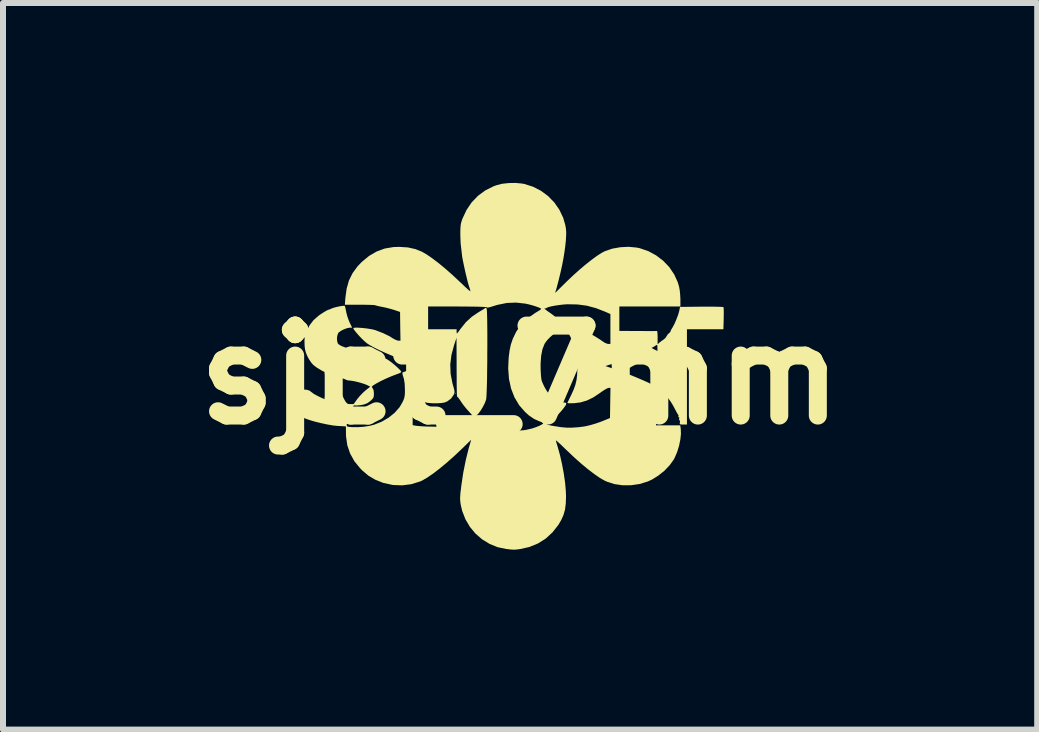
<source format=kicad_pcb>
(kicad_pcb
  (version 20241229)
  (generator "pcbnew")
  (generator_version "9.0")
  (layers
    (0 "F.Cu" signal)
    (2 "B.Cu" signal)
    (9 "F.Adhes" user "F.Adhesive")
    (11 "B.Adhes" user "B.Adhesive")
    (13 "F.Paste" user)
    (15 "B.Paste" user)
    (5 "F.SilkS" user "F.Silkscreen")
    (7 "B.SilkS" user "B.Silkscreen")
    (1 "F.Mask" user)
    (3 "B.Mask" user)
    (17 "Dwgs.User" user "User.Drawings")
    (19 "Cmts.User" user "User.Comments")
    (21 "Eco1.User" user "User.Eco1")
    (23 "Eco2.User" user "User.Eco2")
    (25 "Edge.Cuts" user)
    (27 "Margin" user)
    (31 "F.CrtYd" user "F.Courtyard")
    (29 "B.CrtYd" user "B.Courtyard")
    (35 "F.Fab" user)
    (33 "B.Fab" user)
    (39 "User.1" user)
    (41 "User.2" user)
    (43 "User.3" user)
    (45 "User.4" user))
  (footprint "sjct_7mm"
    (layer "F.Cu")
    (at 5.621 3.2)
    (property "Reference" "sjct_7mm" (at 0 0 0) (layer "F.SilkS") (effects (font (size 1.5 1.5) (thickness 0.3))))
    (attr board_only exclude_from_pos_files exclude_from_bom)
    (fp_poly (pts (xy -1.072 0.305) (xy -1.079 0.312) (xy -1.085 0.305) (xy -1.079 0.299)) (stroke (width 0) (type solid)) (fill yes) (layer "F.SilkS"))
    (fp_poly (pts (xy 0.032 -3.19) (xy 0.074 -3.182) (xy 0.216 -3.137) (xy 0.348 -3.069) (xy 0.467 -2.981) (xy 0.571 -2.874) (xy 0.655 -2.753) (xy 0.719 -2.619) (xy 0.754 -2.497) (xy 0.764 -2.441) (xy 0.769 -2.382) (xy 0.768 -2.317) (xy 0.763 -2.238) (xy 0.753 -2.143) (xy 0.738 -2.035) (xy 0.722 -1.937) (xy 0.7 -1.823) (xy 0.673 -1.702) (xy 0.645 -1.585) (xy 0.617 -1.48) (xy 0.612 -1.459) (xy 0.584 -1.365) (xy 0.77 -1.549) (xy 0.878 -1.652) (xy 0.986 -1.749) (xy 1.091 -1.838) (xy 1.191 -1.917) (xy 1.281 -1.983) (xy 1.358 -2.033) (xy 1.414 -2.062) (xy 1.536 -2.104) (xy 1.67 -2.128) (xy 1.807 -2.135) (xy 1.939 -2.123) (xy 1.995 -2.112) (xy 2.138 -2.063) (xy 2.269 -1.992) (xy 2.387 -1.902) (xy 2.488 -1.796) (xy 2.569 -1.676) (xy 2.629 -1.545) (xy 2.652 -1.465) (xy 2.662 -1.408) (xy 2.669 -1.337) (xy 2.673 -1.267) (xy 2.673 -1.258) (xy 2.673 -1.14) (xy 2.164 -1.14) (xy 1.655 -1.14) (xy 1.655 -0.936) (xy 1.655 -0.733) (xy 1.964 -0.731) (xy 2.053 -0.731) (xy 2.133 -0.73) (xy 2.2 -0.73) (xy 2.249 -0.731) (xy 2.278 -0.731) (xy 2.283 -0.731) (xy 2.288 -0.719) (xy 2.291 -0.687) (xy 2.293 -0.639) (xy 2.293 -0.622) (xy 2.293 -0.511) (xy 2.324 -0.538) (xy 2.359 -0.566) (xy 2.392 -0.588) (xy 2.423 -0.615) (xy 2.442 -0.644) (xy 2.463 -0.676) (xy 2.485 -0.697) (xy 2.504 -0.713) (xy 2.507 -0.719) (xy 2.508 -0.729) (xy 2.521 -0.756) (xy 2.537 -0.782) (xy 2.572 -0.846) (xy 2.606 -0.924) (xy 2.636 -1.004) (xy 2.656 -1.075) (xy 2.656 -1.079) (xy 2.667 -1.133) (xy 3.025 -1.137) (xy 3.121 -1.137) (xy 3.208 -1.137) (xy 3.282 -1.136) (xy 3.34 -1.134) (xy 3.378 -1.132) (xy 3.391 -1.13) (xy 3.394 -1.113) (xy 3.396 -1.075) (xy 3.396 -1.02) (xy 3.395 -0.954) (xy 3.395 -0.94) (xy 3.39 -0.76) (xy 3.086 -0.76) (xy 2.782 -0.76) (xy 2.782 0.034) (xy 2.782 0.828) (xy 2.719 0.828) (xy 2.681 0.827) (xy 2.664 0.821) (xy 2.662 0.807) (xy 2.665 0.794) (xy 2.667 0.767) (xy 2.659 0.76) (xy 2.65 0.749) (xy 2.653 0.733) (xy 2.654 0.711) (xy 2.646 0.706) (xy 2.637 0.697) (xy 2.64 0.69) (xy 2.641 0.671) (xy 2.637 0.667) (xy 2.626 0.651) (xy 2.607 0.618) (xy 2.583 0.572) (xy 2.574 0.554) (xy 2.542 0.496) (xy 2.506 0.439) (xy 2.473 0.394) (xy 2.469 0.389) (xy 2.442 0.356) (xy 2.427 0.329) (xy 2.426 0.317) (xy 2.428 0.312) (xy 2.423 0.315) (xy 2.407 0.312) (xy 2.379 0.295) (xy 2.355 0.275) (xy 2.3 0.224) (xy 2.296 0.329) (xy 2.292 0.379) (xy 2.287 0.416) (xy 2.28 0.433) (xy 2.279 0.434) (xy 2.274 0.447) (xy 2.27 0.484) (xy 2.267 0.541) (xy 2.266 0.614) (xy 2.266 0.638) (xy 2.266 0.841) (xy 2.468 0.841) (xy 2.67 0.841) (xy 2.679 0.902) (xy 2.682 0.983) (xy 2.672 1.078) (xy 2.651 1.181) (xy 2.62 1.283) (xy 2.581 1.375) (xy 2.56 1.415) (xy 2.493 1.508) (xy 2.406 1.599) (xy 2.306 1.679) (xy 2.2 1.745) (xy 2.131 1.777) (xy 1.995 1.819) (xy 1.853 1.84) (xy 1.711 1.841) (xy 1.574 1.821) (xy 1.449 1.781) (xy 1.409 1.763) (xy 1.33 1.718) (xy 1.238 1.654) (xy 1.134 1.575) (xy 1.023 1.483) (xy 0.908 1.381) (xy 0.793 1.272) (xy 0.777 1.257) (xy 0.72 1.202) (xy 0.671 1.155) (xy 0.632 1.12) (xy 0.607 1.098) (xy 0.597 1.093) (xy 0.597 1.093) (xy 0.601 1.112) (xy 0.611 1.148) (xy 0.625 1.193) (xy 0.665 1.336) (xy 0.7 1.49) (xy 0.729 1.648) (xy 0.751 1.801) (xy 0.763 1.943) (xy 0.766 2.028) (xy 0.762 2.147) (xy 0.749 2.247) (xy 0.724 2.336) (xy 0.685 2.422) (xy 0.638 2.502) (xy 0.54 2.626) (xy 0.427 2.73) (xy 0.298 2.811) (xy 0.157 2.869) (xy 0.008 2.903) (xy -0.044 2.91) (xy -0.082 2.914) (xy -0.115 2.914) (xy -0.152 2.912) (xy -0.202 2.906) (xy -0.231 2.903) (xy -0.374 2.873) (xy -0.509 2.818) (xy -0.633 2.742) (xy -0.743 2.647) (xy -0.836 2.535) (xy -0.911 2.408) (xy -0.965 2.269) (xy -0.986 2.181) (xy -0.994 2.136) (xy -0.998 2.099) (xy -1 2.061) (xy -0.998 2.019) (xy -0.994 1.965) (xy -0.985 1.894) (xy -0.978 1.836) (xy -0.947 1.629) (xy -0.905 1.42) (xy -0.856 1.222) (xy -0.842 1.175) (xy -0.815 1.082) (xy -0.967 1.23) (xy -1.096 1.352) (xy -1.22 1.462) (xy -1.338 1.56) (xy -1.446 1.643) (xy -1.544 1.71) (xy -1.627 1.759) (xy -1.669 1.778) (xy -1.815 1.823) (xy -1.967 1.842) (xy -2.121 1.836) (xy -2.273 1.803) (xy -2.286 1.799) (xy -2.414 1.748) (xy -2.528 1.681) (xy -2.633 1.592) (xy -2.666 1.558) (xy -2.763 1.439) (xy -2.834 1.311) (xy -2.881 1.172) (xy -2.902 1.023) (xy -2.903 0.969) (xy -2.904 0.859) (xy -3.044 0.851) (xy -3.123 0.843) (xy -3.218 0.826) (xy -3.321 0.804) (xy -3.423 0.779) (xy -3.516 0.751) (xy -3.572 0.731) (xy -3.609 0.716) (xy -3.609 0.481) (xy -3.609 0.246) (xy -3.565 0.247) (xy -3.514 0.261) (xy -3.48 0.286) (xy -3.439 0.317) (xy -3.377 0.351) (xy -3.302 0.387) (xy -3.218 0.421) (xy -3.134 0.45) (xy -3.115 0.456) (xy -3.015 0.479) (xy -2.914 0.487) (xy -2.89 0.487) (xy -2.775 0.487) (xy -2.714 0.403) (xy -2.67 0.35) (xy -2.618 0.296) (xy -2.575 0.258) (xy -2.498 0.197) (xy -2.546 0.172) (xy -2.59 0.154) (xy -2.649 0.135) (xy -2.715 0.117) (xy -2.778 0.103) (xy -2.828 0.096) (xy -2.842 0.095) (xy -2.876 0.091) (xy -2.898 0.083) (xy -2.915 0.075) (xy -2.953 0.061) (xy -3.006 0.044) (xy -3.06 0.028) (xy -3.182 -0.014) (xy -3.295 -0.065) (xy -3.392 -0.123) (xy -3.449 -0.167) (xy -3.482 -0.205) (xy -3.517 -0.257) (xy -3.544 -0.306) (xy -3.569 -0.365) (xy -3.584 -0.418) (xy -3.592 -0.477) (xy -3.593 -0.512) (xy -3.595 -0.575) (xy -3.59 -0.624) (xy -3.579 -0.671) (xy -3.562 -0.719) (xy -3.511 -0.824) (xy -3.444 -0.912) (xy -3.356 -0.989) (xy -3.314 -1.018) (xy -3.267 -1.048) (xy -3.227 -1.071) (xy -3.202 -1.084) (xy -3.196 -1.086) (xy -3.175 -1.091) (xy -3.144 -1.106) (xy -3.143 -1.106) (xy -3.114 -1.117) (xy -3.071 -1.129) (xy -3.023 -1.14) (xy -2.977 -1.148) (xy -2.941 -1.152) (xy -2.923 -1.15) (xy -2.923 -1.15) (xy -2.917 -1.134) (xy -2.909 -1.099) (xy -2.899 -1.052) (xy -2.898 -1.045) (xy -2.882 -0.981) (xy -2.859 -0.914) (xy -2.839 -0.867) (xy -2.8 -0.787) (xy -2.839 -0.787) (xy -2.883 -0.779) (xy -2.936 -0.76) (xy -2.987 -0.734) (xy -3.024 -0.707) (xy -3.029 -0.701) (xy -3.045 -0.665) (xy -3.053 -0.618) (xy -3.051 -0.569) (xy -3.04 -0.528) (xy -3.029 -0.512) (xy -2.983 -0.483) (xy -2.909 -0.455) (xy -2.81 -0.427) (xy -2.775 -0.419) (xy -2.678 -0.397) (xy -2.579 -0.372) (xy -2.483 -0.347) (xy -2.394 -0.321) (xy -2.317 -0.297) (xy -2.258 -0.277) (xy -2.224 -0.263) (xy -2.189 -0.241) (xy -2.146 -0.21) (xy -2.099 -0.172) (xy -2.054 -0.132) (xy -2.016 -0.096) (xy -1.99 -0.067) (xy -1.981 -0.05) (xy -1.993 -0.037) (xy -2.024 -0.022) (xy -2.058 -0.01) (xy -2.135 0.019) (xy -2.224 0.057) (xy -2.314 0.099) (xy -2.394 0.142) (xy -2.411 0.152) (xy -2.45 0.177) (xy -2.469 0.192) (xy -2.471 0.205) (xy -2.461 0.219) (xy -2.459 0.221) (xy -2.442 0.256) (xy -2.437 0.311) (xy -2.437 0.316) (xy -2.439 0.357) (xy -2.448 0.385) (xy -2.47 0.411) (xy -2.497 0.436) (xy -2.541 0.469) (xy -2.588 0.489) (xy -2.642 0.502) (xy -2.691 0.508) (xy -2.732 0.511) (xy -2.754 0.509) (xy -2.77 0.51) (xy -2.787 0.527) (xy -2.808 0.564) (xy -2.814 0.578) (xy -2.84 0.64) (xy -2.863 0.707) (xy -2.88 0.771) (xy -2.889 0.822) (xy -2.89 0.836) (xy -2.888 0.852) (xy -2.877 0.862) (xy -2.851 0.867) (xy -2.805 0.871) (xy -2.798 0.871) (xy -2.705 0.872) (xy -2.606 0.865) (xy -2.513 0.851) (xy -2.46 0.838) (xy -1.791 0.838) (xy -1.747 0.847) (xy -1.705 0.852) (xy -1.641 0.857) (xy -1.563 0.861) (xy -1.475 0.863) (xy -1.383 0.865) (xy -1.293 0.865) (xy -1.21 0.864) (xy -1.139 0.862) (xy -1.087 0.858) (xy -1.068 0.855) (xy -1.008 0.84) (xy -0.944 0.818) (xy -0.884 0.793) (xy -0.835 0.767) (xy -0.804 0.744) (xy -0.802 0.742) (xy -0.776 0.724) (xy -0.746 0.72) (xy -0.726 0.732) (xy -0.708 0.748) (xy -0.671 0.772) (xy -0.622 0.799) (xy -0.567 0.827) (xy -0.512 0.852) (xy -0.467 0.87) (xy -0.334 0.906) (xy -0.192 0.927) (xy -0.05 0.932) (xy 0.086 0.92) (xy 0.197 0.895) (xy 0.265 0.872) (xy 0.322 0.849) (xy 0.363 0.828) (xy 0.384 0.811) (xy 0.385 0.801) (xy 0.365 0.79) (xy 0.331 0.777) (xy 0.319 0.773) (xy 0.234 0.735) (xy 0.147 0.676) (xy 0.084 0.619) (xy -0.015 0.506) (xy -0.093 0.375) (xy -0.15 0.229) (xy -0.185 0.068) (xy -0.198 -0.107) (xy -0.195 -0.186) (xy 0.342 -0.186) (xy 0.343 -0.081) (xy 0.347 -0.01) (xy 0.351 0.042) (xy 0.357 0.083) (xy 0.368 0.118) (xy 0.385 0.156) (xy 0.404 0.197) (xy 0.436 0.253) (xy 0.471 0.307) (xy 0.504 0.347) (xy 0.511 0.354) (xy 0.559 0.391) (xy 0.618 0.424) (xy 0.678 0.449) (xy 0.729 0.461) (xy 0.739 0.461) (xy 0.764 0.466) (xy 0.771 0.481) (xy 0.76 0.508) (xy 0.729 0.551) (xy 0.707 0.579) (xy 0.671 0.621) (xy 0.642 0.652) (xy 0.613 0.679) (xy 0.578 0.708) (xy 0.529 0.745) (xy 0.509 0.759) (xy 0.468 0.792) (xy 0.447 0.814) (xy 0.447 0.826) (xy 0.449 0.828) (xy 0.473 0.835) (xy 0.521 0.846) (xy 0.587 0.857) (xy 0.668 0.87) (xy 0.692 0.873) (xy 0.773 0.88) (xy 0.869 0.88) (xy 0.971 0.873) (xy 1.067 0.861) (xy 1.099 0.855) (xy 1.174 0.837) (xy 1.259 0.812) (xy 1.34 0.784) (xy 1.366 0.774) (xy 1.499 0.72) (xy 1.503 0.469) (xy 1.507 0.217) (xy 1.476 0.217) (xy 1.452 0.225) (xy 1.414 0.246) (xy 1.366 0.277) (xy 1.336 0.299) (xy 1.224 0.374) (xy 1.116 0.427) (xy 1.008 0.459) (xy 0.904 0.472) (xy 0.851 0.474) (xy 0.811 0.473) (xy 0.79 0.469) (xy 0.789 0.466) (xy 0.797 0.45) (xy 0.814 0.415) (xy 0.837 0.367) (xy 0.851 0.339) (xy 0.892 0.249) (xy 0.921 0.169) (xy 0.94 0.091) (xy 0.951 0.005) (xy 0.955 -0.096) (xy 0.955 -0.136) (xy 0.955 -0.147) (xy 1.423 -0.147) (xy 1.579 -0.094) (xy 1.668 -0.063) (xy 1.764 -0.027) (xy 1.862 0.011) (xy 1.959 0.051) (xy 2.05 0.09) (xy 2.13 0.126) (xy 2.196 0.158) (xy 2.243 0.184) (xy 2.259 0.194) (xy 2.267 0.2) (xy 2.274 0.201) (xy 2.279 0.194) (xy 2.282 0.177) (xy 2.285 0.147) (xy 2.287 0.1) (xy 2.288 0.035) (xy 2.289 -0.053) (xy 2.29 -0.139) (xy 2.291 -0.234) (xy 2.291 -0.32) (xy 2.29 -0.393) (xy 2.29 -0.45) (xy 2.288 -0.487) (xy 2.287 -0.499) (xy 2.272 -0.497) (xy 2.256 -0.486) (xy 2.225 -0.466) (xy 2.173 -0.439) (xy 2.104 -0.406) (xy 2.021 -0.369) (xy 1.928 -0.33) (xy 1.83 -0.291) (xy 1.731 -0.252) (xy 1.634 -0.217) (xy 1.556 -0.19) (xy 1.423 -0.147) (xy 0.955 -0.147) (xy 0.954 -0.218) (xy 0.95 -0.291) (xy 0.944 -0.349) (xy 0.938 -0.38) (xy 0.906 -0.479) (xy 0.869 -0.573) (xy 0.83 -0.653) (xy 0.806 -0.694) (xy 0.782 -0.732) (xy 0.768 -0.76) (xy 0.766 -0.772) (xy 0.781 -0.775) (xy 0.816 -0.775) (xy 0.867 -0.774) (xy 0.897 -0.772) (xy 0.955 -0.767) (xy 1 -0.76) (xy 1.04 -0.748) (xy 1.085 -0.729) (xy 1.144 -0.7) (xy 1.155 -0.694) (xy 1.219 -0.659) (xy 1.282 -0.621) (xy 1.336 -0.587) (xy 1.36 -0.57) (xy 1.409 -0.537) (xy 1.451 -0.519) (xy 1.469 -0.516) (xy 1.506 -0.516) (xy 1.506 -0.765) (xy 1.506 -1.014) (xy 1.428 -1.049) (xy 1.267 -1.112) (xy 1.114 -1.153) (xy 0.959 -1.174) (xy 0.796 -1.177) (xy 0.78 -1.177) (xy 0.713 -1.172) (xy 0.643 -1.163) (xy 0.575 -1.153) (xy 0.515 -1.141) (xy 0.469 -1.129) (xy 0.442 -1.117) (xy 0.437 -1.112) (xy 0.423 -1.106) (xy 0.41 -1.109) (xy 0.402 -1.108) (xy 0.416 -1.095) (xy 0.448 -1.07) (xy 0.496 -1.036) (xy 0.511 -1.026) (xy 0.553 -0.995) (xy 0.599 -0.955) (xy 0.645 -0.911) (xy 0.688 -0.867) (xy 0.723 -0.828) (xy 0.745 -0.797) (xy 0.751 -0.779) (xy 0.733 -0.762) (xy 0.72 -0.76) (xy 0.676 -0.75) (xy 0.622 -0.722) (xy 0.563 -0.682) (xy 0.505 -0.633) (xy 0.453 -0.58) (xy 0.414 -0.527) (xy 0.406 -0.512) (xy 0.372 -0.425) (xy 0.351 -0.315) (xy 0.342 -0.186) (xy -0.195 -0.186) (xy -0.19 -0.288) (xy -0.175 -0.406) (xy -0.154 -0.505) (xy -0.123 -0.597) (xy -0.079 -0.69) (xy -0.06 -0.726) (xy -0.005 -0.807) (xy 0.071 -0.889) (xy 0.16 -0.967) (xy 0.258 -1.036) (xy 0.295 -1.058) (xy 0.329 -1.079) (xy 0.349 -1.095) (xy 0.353 -1.1) (xy 0.341 -1.11) (xy 0.308 -1.125) (xy 0.26 -1.142) (xy 0.203 -1.16) (xy 0.142 -1.176) (xy 0.087 -1.188) (xy -0.066 -1.205) (xy -0.22 -1.199) (xy -0.378 -1.167) (xy -0.47 -1.139) (xy -0.517 -1.125) (xy -0.547 -1.122) (xy -0.554 -1.126) (xy -0.569 -1.13) (xy -0.611 -1.133) (xy -0.679 -1.136) (xy -0.774 -1.138) (xy -0.896 -1.139) (xy -1.043 -1.14) (xy -1.046 -1.14) (xy -1.533 -1.14) (xy -1.533 -0.95) (xy -1.533 -0.76) (xy -1.296 -0.76) (xy -1.058 -0.76) (xy -1.058 -0.717) (xy -1.057 -0.697) (xy -1.053 -0.691) (xy -1.042 -0.701) (xy -1.021 -0.728) (xy -0.992 -0.768) (xy -0.903 -0.879) (xy -0.804 -0.969) (xy -0.692 -1.045) (xy -0.645 -1.073) (xy -0.607 -1.096) (xy -0.585 -1.112) (xy -0.582 -1.115) (xy -0.569 -1.117) (xy -0.558 -1.108) (xy -0.555 -1.091) (xy -0.552 -1.049) (xy -0.55 -0.987) (xy -0.548 -0.906) (xy -0.547 -0.811) (xy -0.546 -0.704) (xy -0.546 -0.587) (xy -0.546 -0.465) (xy -0.547 -0.34) (xy -0.547 -0.215) (xy -0.549 -0.094) (xy -0.55 0.022) (xy -0.552 0.128) (xy -0.555 0.221) (xy -0.558 0.3) (xy -0.561 0.36) (xy -0.564 0.398) (xy -0.565 0.407) (xy -0.584 0.462) (xy -0.616 0.527) (xy -0.655 0.592) (xy -0.696 0.647) (xy -0.702 0.653) (xy -0.728 0.676) (xy -0.755 0.693) (xy -0.776 0.701) (xy -0.784 0.696) (xy -0.784 0.694) (xy -0.792 0.681) (xy -0.815 0.653) (xy -0.848 0.617) (xy -0.86 0.604) (xy -0.905 0.553) (xy -0.95 0.496) (xy -0.985 0.446) (xy -0.986 0.444) (xy -1.012 0.405) (xy -1.033 0.377) (xy -1.044 0.366) (xy -1.044 0.366) (xy -1.047 0.366) (xy -1.049 0.363) (xy -1.051 0.354) (xy -1.053 0.338) (xy -1.054 0.312) (xy -1.055 0.273) (xy -1.056 0.219) (xy -1.057 0.146) (xy -1.057 0.054) (xy -1.058 -0.061) (xy -1.058 -0.156) (xy -1.06 -0.617) (xy -1.099 -0.5) (xy -1.144 -0.334) (xy -1.164 -0.174) (xy -1.158 -0.016) (xy -1.127 0.143) (xy -1.12 0.167) (xy -1.104 0.224) (xy -1.095 0.263) (xy -1.093 0.289) (xy -1.097 0.311) (xy -1.107 0.333) (xy -1.151 0.395) (xy -1.212 0.441) (xy -1.259 0.461) (xy -1.316 0.47) (xy -1.389 0.474) (xy -1.468 0.473) (xy -1.543 0.466) (xy -1.602 0.454) (xy -1.656 0.44) (xy -1.71 0.429) (xy -1.733 0.425) (xy -1.791 0.417) (xy -1.791 0.628) (xy -1.791 0.838) (xy -2.46 0.838) (xy -2.436 0.832) (xy -2.307 0.781) (xy -2.191 0.713) (xy -2.091 0.632) (xy -2.01 0.54) (xy -1.965 0.464) (xy -1.943 0.419) (xy -1.93 0.381) (xy -1.923 0.342) (xy -1.92 0.292) (xy -1.92 0.245) (xy -1.924 0.147) (xy -1.936 0.07) (xy -1.944 0.043) (xy -1.957 0.002) (xy -1.962 -0.028) (xy -1.961 -0.038) (xy -1.946 -0.045) (xy -1.911 -0.059) (xy -1.861 -0.077) (xy -1.808 -0.096) (xy -1.751 -0.117) (xy -1.709 -0.135) (xy -1.685 -0.148) (xy -1.682 -0.154) (xy -1.702 -0.161) (xy -1.742 -0.175) (xy -1.798 -0.195) (xy -1.863 -0.217) (xy -1.886 -0.225) (xy -2.005 -0.268) (xy -2.124 -0.315) (xy -2.238 -0.363) (xy -2.343 -0.411) (xy -2.434 -0.456) (xy -2.508 -0.497) (xy -2.557 -0.529) (xy -2.595 -0.562) (xy -2.639 -0.604) (xy -2.684 -0.651) (xy -2.724 -0.697) (xy -2.757 -0.737) (xy -2.777 -0.767) (xy -2.781 -0.779) (xy -2.769 -0.785) (xy -2.736 -0.788) (xy -2.687 -0.786) (xy -2.629 -0.782) (xy -2.566 -0.775) (xy -2.506 -0.766) (xy -2.452 -0.756) (xy -2.417 -0.747) (xy -2.284 -0.696) (xy -2.175 -0.643) (xy -2.125 -0.611) (xy -2.084 -0.588) (xy -2.045 -0.573) (xy -2.029 -0.57) (xy -1.994 -0.57) (xy -1.998 -0.809) (xy -2.001 -1.049) (xy -2.095 -1.081) (xy -2.159 -1.1) (xy -2.232 -1.119) (xy -2.297 -1.133) (xy -2.349 -1.143) (xy -2.39 -1.153) (xy -2.415 -1.16) (xy -2.417 -1.161) (xy -2.434 -1.164) (xy -2.474 -1.166) (xy -2.532 -1.168) (xy -2.603 -1.169) (xy -2.676 -1.169) (xy -2.921 -1.169) (xy -2.913 -1.282) (xy -2.892 -1.436) (xy -2.853 -1.574) (xy -2.792 -1.697) (xy -2.709 -1.81) (xy -2.639 -1.883) (xy -2.518 -1.983) (xy -2.391 -2.057) (xy -2.257 -2.106) (xy -2.111 -2.131) (xy -2.015 -2.134) (xy -1.872 -2.125) (xy -1.745 -2.097) (xy -1.636 -2.053) (xy -1.558 -2.008) (xy -1.466 -1.945) (xy -1.362 -1.866) (xy -1.25 -1.774) (xy -1.132 -1.67) (xy -1.012 -1.558) (xy -0.987 -1.535) (xy -0.934 -1.484) (xy -0.889 -1.442) (xy -0.854 -1.412) (xy -0.833 -1.396) (xy -0.828 -1.395) (xy -0.832 -1.417) (xy -0.842 -1.448) (xy -0.856 -1.491) (xy -0.874 -1.554) (xy -0.893 -1.633) (xy -0.914 -1.721) (xy -0.934 -1.812) (xy -0.952 -1.9) (xy -0.965 -1.967) (xy -0.991 -2.193) (xy -0.996 -2.32) (xy -0.996 -2.397) (xy -0.994 -2.454) (xy -0.99 -2.498) (xy -0.983 -2.536) (xy -0.971 -2.576) (xy -0.961 -2.603) (xy -0.894 -2.747) (xy -0.807 -2.876) (xy -0.701 -2.986) (xy -0.577 -3.077) (xy -0.438 -3.146) (xy -0.393 -3.162) (xy -0.299 -3.186) (xy -0.189 -3.198) (xy -0.076 -3.2)) (stroke (width 0) (type solid)) (fill yes) (layer "F.SilkS")))
  (gr_rect
    (start -3 -3)
    (end 14.243 9.114)
    (stroke (width 0.1) (type default))
    (fill no)
    (layer "Edge.Cuts")))
</source>
